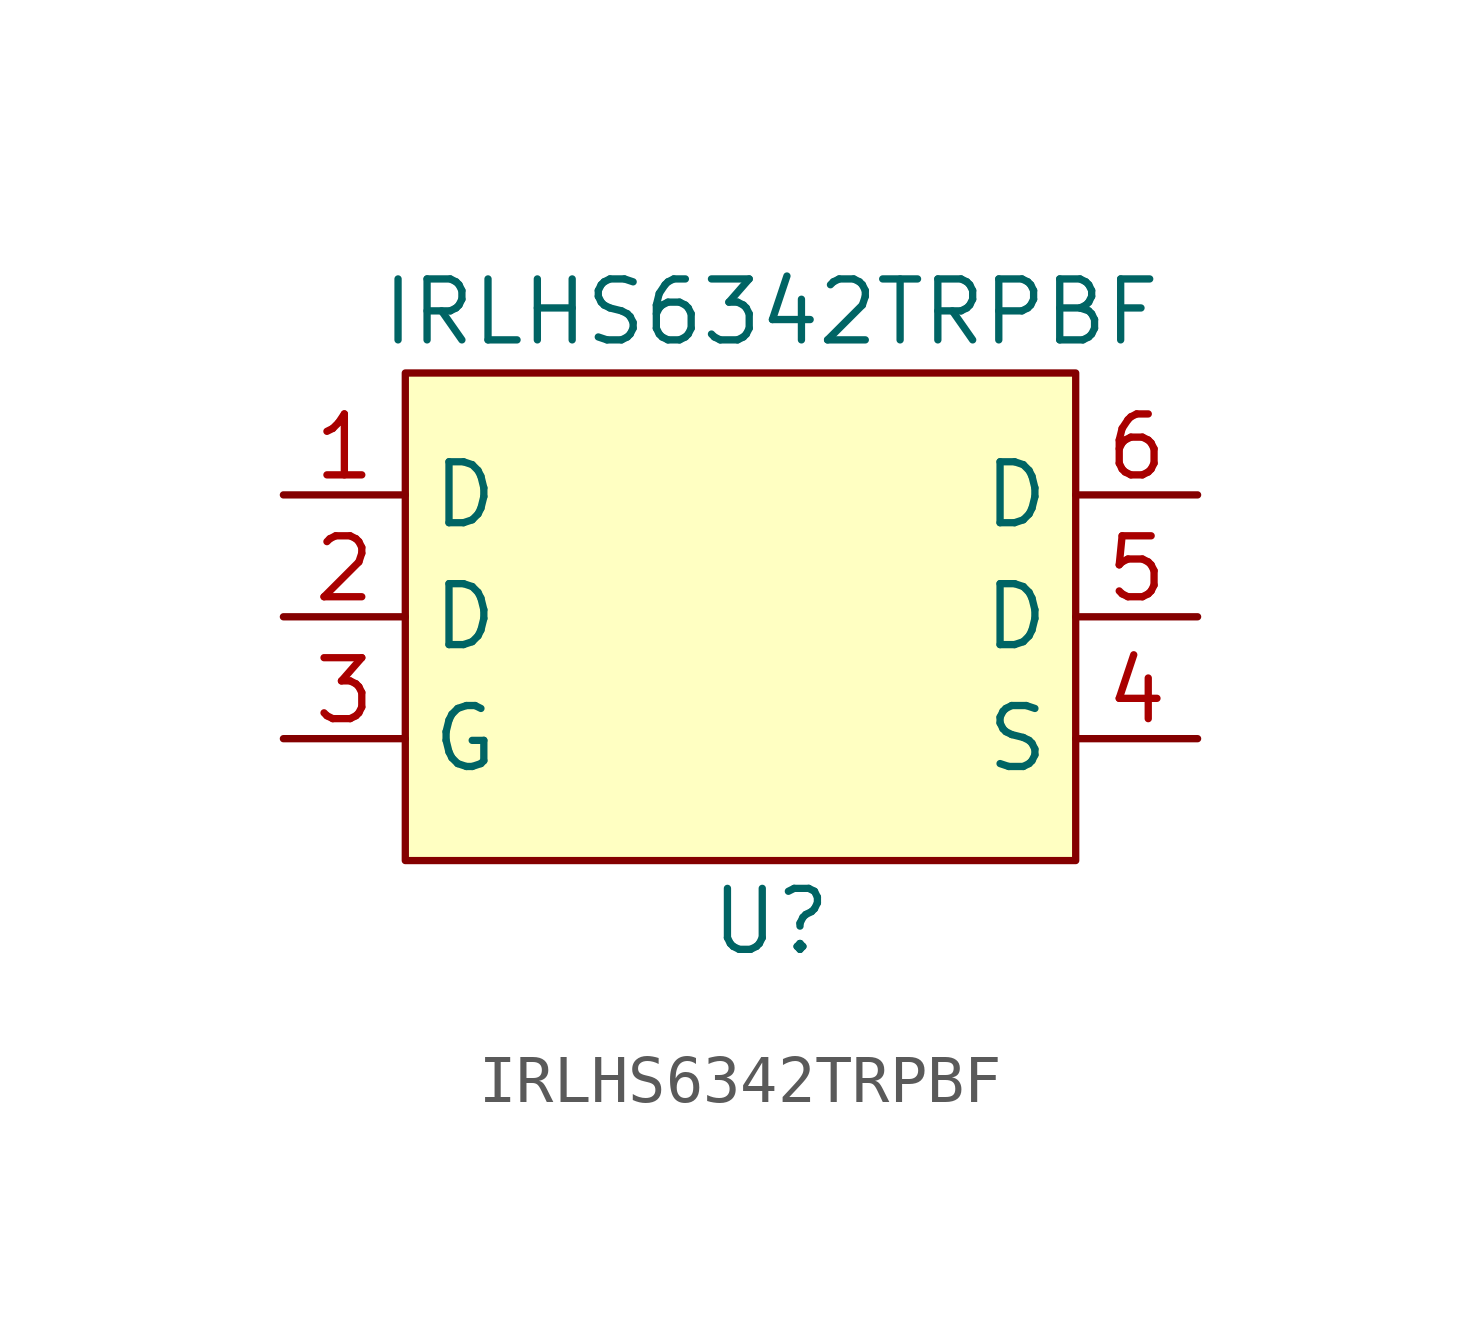
<source format=kicad_sym>
(kicad_symbol_lib
  (version 20211014)
  (generator kicad_symbol_editor)
  (symbol "IRLHS6342TRPBF"
    (property "Reference" "U"
      (at 0 -3.81 0)
      (effects (font (size 1.27 1.27))))
    (property "Value" "IRLHS6342TRPBF"
      (at 0 8.89 0)
      (effects (font (size 1.27 1.27))))
    (symbol "IRLHS6342TRPBF_0_1"
      (rectangle (start -7.62 7.62) (end 6.35 -2.54) (stroke (width 0.152) (type default) (color 0 0 0 0)) (fill (type background))))
    (symbol "IRLHS6342TRPBF_1_1"
      (pin free line (at -10.16 5.08 0) (length 2.54) (name "D" (effects (font (size 1.27 1.27)))) (number "1" (effects (font (size 1.27 1.27)))))
      (pin free line (at -10.16 2.54 0) (length 2.54) (name "D" (effects (font (size 1.27 1.27)))) (number "2" (effects (font (size 1.27 1.27)))))
      (pin free line (at -10.16 0 0) (length 2.54) (name "G" (effects (font (size 1.27 1.27)))) (number "3" (effects (font (size 1.27 1.27)))))
      (pin free line (at 8.89 0 180) (length 2.54) (name "S" (effects (font (size 1.27 1.27)))) (number "4" (effects (font (size 1.27 1.27)))))
      (pin free line (at 8.89 2.54 180) (length 2.54) (name "D" (effects (font (size 1.27 1.27)))) (number "5" (effects (font (size 1.27 1.27)))))
      (pin free line (at 8.89 5.08 180) (length 2.54) (name "D" (effects (font (size 1.27 1.27)))) (number "6" (effects (font (size 1.27 1.27))))))))
</source>
